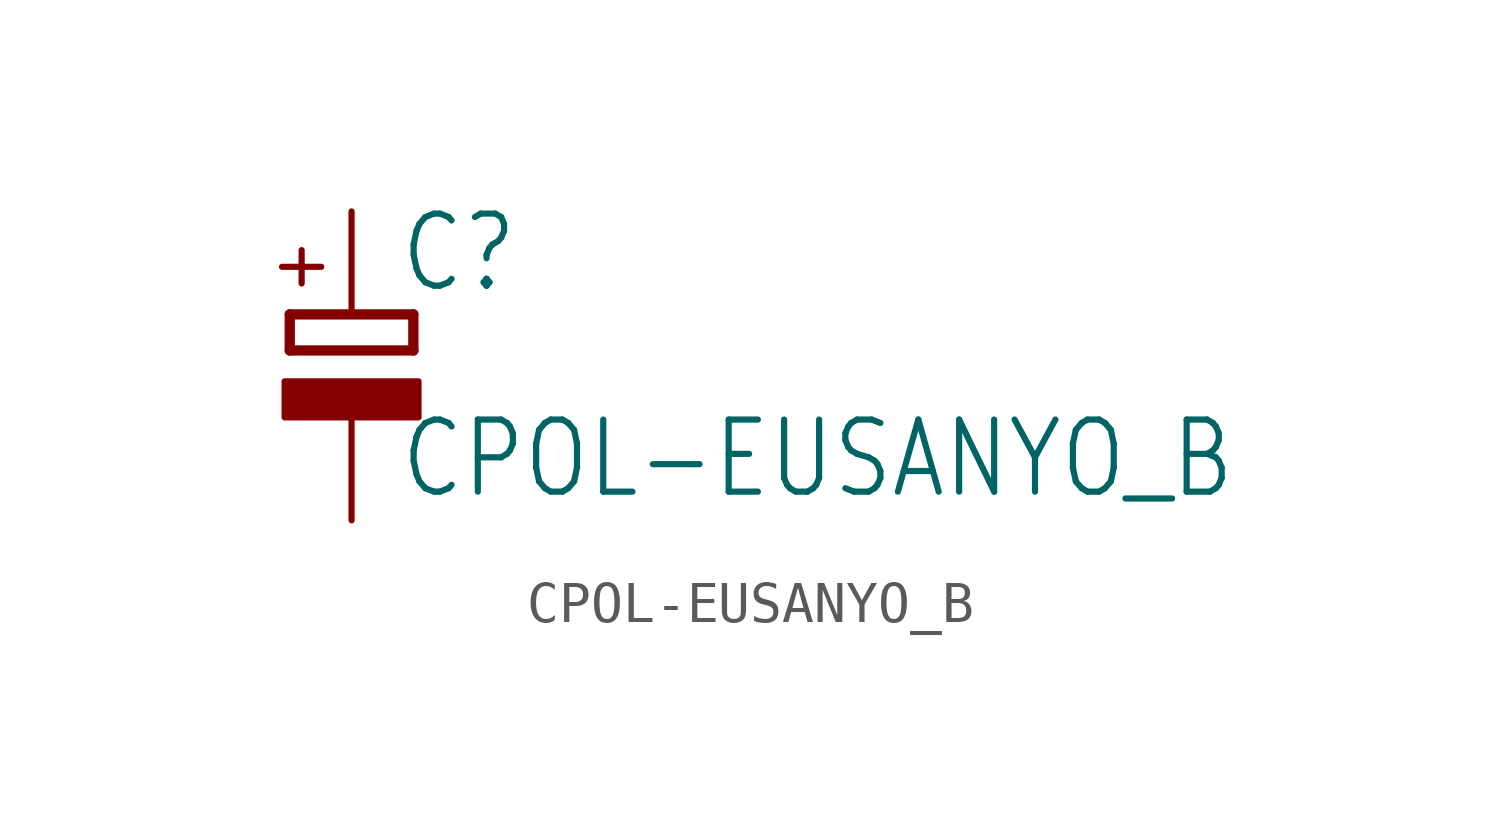
<source format=kicad_sym>
(kicad_symbol_lib
  (version 20211014)
  (generator kicad_symbol_editor)
  (symbol "CPOL-EUSANYO_B"
    (property "Reference" "C"
      (at 1.143 0.483 0)
      (effects (font (size 1.778 1.511)) (justify left bottom)))
    (property "Value" "CPOL-EUSANYO_B"
      (at 1.143 -4.597 0)
      (effects (font (size 1.778 1.511)) (justify left bottom)))
    (property "ki_locked" ""
      (at 0 0 0)
      (effects (font (size 1.27 1.27))))
    (symbol "CPOL-EUSANYO_B_1_0"
      (rectangle (start -1.651 -2.54) (end 1.651 -1.651) (stroke (width 0) (type default) (color 0 0 0 0)) (fill (type outline)))
      (polyline (pts (xy -1.524 -0.889) (xy 1.524 -0.889)) (stroke (width 0.254) (type default) (color 0 0 0 0)) (fill (type none)))
      (polyline (pts (xy -1.524 0) (xy -1.524 -0.889)) (stroke (width 0.254) (type default) (color 0 0 0 0)) (fill (type none)))
      (polyline (pts (xy -1.524 0) (xy 1.524 0)) (stroke (width 0.254) (type default) (color 0 0 0 0)) (fill (type none)))
      (polyline (pts (xy 1.524 -0.889) (xy 1.524 0)) (stroke (width 0.254) (type default) (color 0 0 0 0)) (fill (type none)))
      (text "+" (at -0.584 0.406 900) (effects (font (size 1.27 1.079)) (justify left bottom)))
      (pin passive line (at 0 2.54 270) (length 2.54) (name "+" (effects (font (size 0 0)))) (number "+" (effects (font (size 0 0)))))
      (pin passive line (at 0 -5.08 90) (length 2.54) (name "-" (effects (font (size 0 0)))) (number "-" (effects (font (size 0 0))))))))
</source>
